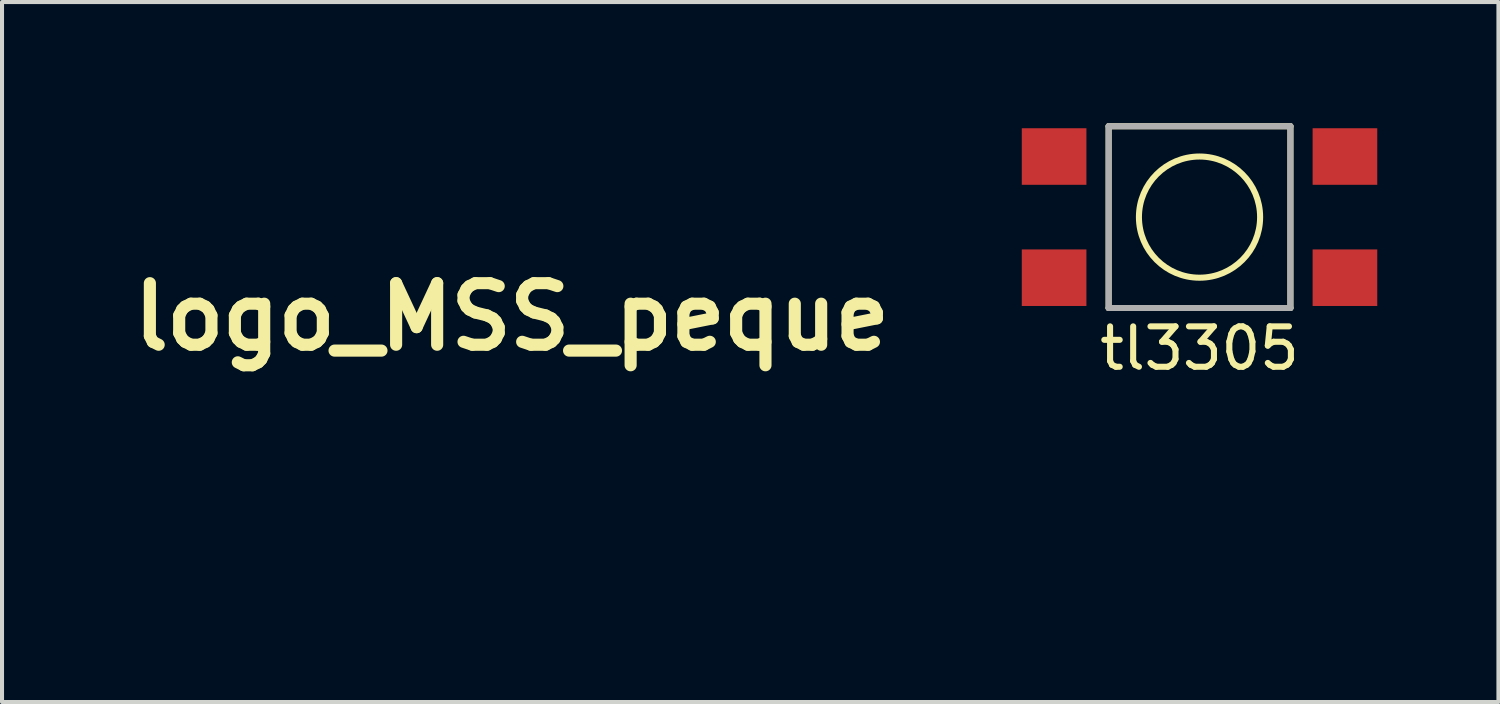
<source format=kicad_pcb>
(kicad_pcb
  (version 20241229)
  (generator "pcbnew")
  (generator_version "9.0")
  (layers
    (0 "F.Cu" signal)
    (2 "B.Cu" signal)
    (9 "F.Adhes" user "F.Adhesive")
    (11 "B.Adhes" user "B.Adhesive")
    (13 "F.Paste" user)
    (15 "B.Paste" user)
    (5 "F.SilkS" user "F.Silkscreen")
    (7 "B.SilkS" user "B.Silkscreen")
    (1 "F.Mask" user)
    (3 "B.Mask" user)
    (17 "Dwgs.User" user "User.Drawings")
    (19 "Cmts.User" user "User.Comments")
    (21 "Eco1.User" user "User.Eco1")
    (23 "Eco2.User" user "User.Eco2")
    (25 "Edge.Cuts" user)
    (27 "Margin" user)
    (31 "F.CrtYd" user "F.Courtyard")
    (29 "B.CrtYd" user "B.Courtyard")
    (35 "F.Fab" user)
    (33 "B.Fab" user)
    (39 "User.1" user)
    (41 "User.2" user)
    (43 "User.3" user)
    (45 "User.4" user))
  (footprint "tl3305"
    (layer "F.Cu")
    (at 26.646 2.325)
    (property "Reference" "tl3305" (at 0 3.25 0) (layer "F.SilkS") (effects (font (size 1 1) (thickness 0.15))))
    (attr through_hole)
    (fp_line (start -2.25 -2.25) (end 2.25 -2.25) (stroke (width 0.15) (type solid)) (layer "F.SilkS"))
    (fp_line (start -2.25 2.25) (end -2.25 -2.25) (stroke (width 0.15) (type solid)) (layer "F.SilkS"))
    (fp_line (start 2.25 -2.25) (end 2.25 2.25) (stroke (width 0.15) (type solid)) (layer "F.SilkS"))
    (fp_line (start 2.25 2.25) (end -2.25 2.25) (stroke (width 0.15) (type solid)) (layer "F.SilkS"))
    (fp_circle (center 0 0) (end 1.5 0) (stroke (width 0.15) (type solid)) (fill no) (layer "F.SilkS"))
    (fp_line (start -2.25 -2.25) (end 2.25 -2.25) (stroke (width 0.15) (type solid)) (layer "F.Fab"))
    (fp_line (start -2.25 2.25) (end -2.25 -2.25) (stroke (width 0.15) (type solid)) (layer "F.Fab"))
    (fp_line (start 2.25 -2.25) (end 2.25 2.25) (stroke (width 0.15) (type solid)) (layer "F.Fab"))
    (fp_line (start 2.25 2.25) (end -2.25 2.25) (stroke (width 0.15) (type solid)) (layer "F.Fab"))
    (pad "1" smd rect (at -3.6 1.5) (size 1.6 1.4) (layers "F.Cu" "F.Mask" "F.Paste"))
    (pad "1" smd rect (at 3.6 1.5) (size 1.6 1.4) (layers "F.Cu" "F.Mask" "F.Paste"))
    (pad "2" smd rect (at -3.6 -1.5) (size 1.6 1.4) (layers "F.Cu" "F.Mask" "F.Paste"))
    (pad "2" smd rect (at 3.6 -1.5) (size 1.6 1.4) (layers "F.Cu" "F.Mask" "F.Paste")))
  (footprint "logo_MSS_peque"
    (layer "F.Cu")
    (at 9.643 5.665)
    (property "Reference" "logo_MSS_peque" (at -0.02 -0.87 0) (layer "F.SilkS") (effects (font (size 1.524 1.524) (thickness 0.3))))
    (attr through_hole)
    (fp_circle (center 0 0) (end 5.59 0) (stroke (width 0.15) (type solid)) (fill no) (layer "F.Mask"))
    (fp_poly (pts (xy -0.537 -3.535) (xy -0.433 -3.514) (xy -0.391 -3.498) (xy -0.329 -3.461) (xy -0.248 -3.397) (xy -0.155 -3.314) (xy -0.059 -3.22) (xy 0.033 -3.123) (xy 0.113 -3.031) (xy 0.173 -2.953) (xy 0.205 -2.895) (xy 0.209 -2.879) (xy 0.226 -2.852) (xy 0.234 -2.851) (xy 0.258 -2.831) (xy 0.259 -2.821) (xy 0.27 -2.787) (xy 0.299 -2.721) (xy 0.339 -2.633) (xy 0.386 -2.536) (xy 0.433 -2.442) (xy 0.475 -2.362) (xy 0.505 -2.308) (xy 0.516 -2.292) (xy 0.535 -2.261) (xy 0.551 -2.218) (xy 0.574 -2.16) (xy 0.592 -2.129) (xy 0.621 -2.093) (xy 0.667 -2.036) (xy 0.68 -2.019) (xy 0.754 -1.953) (xy 0.825 -1.934) (xy 0.89 -1.963) (xy 0.931 -2.019) (xy 0.969 -2.09) (xy 1.003 -2.15) (xy 1.004 -2.153) (xy 1.032 -2.201) (xy 1.076 -2.276) (xy 1.119 -2.35) (xy 1.167 -2.424) (xy 1.21 -2.477) (xy 1.239 -2.496) (xy 1.272 -2.515) (xy 1.275 -2.531) (xy 1.298 -2.568) (xy 1.358 -2.604) (xy 1.439 -2.632) (xy 1.528 -2.647) (xy 1.555 -2.648) (xy 1.661 -2.633) (xy 1.77 -2.585) (xy 1.884 -2.503) (xy 2.008 -2.383) (xy 2.143 -2.223) (xy 2.293 -2.02) (xy 2.376 -1.899) (xy 2.439 -1.801) (xy 2.49 -1.708) (xy 2.524 -1.636) (xy 2.531 -1.613) (xy 2.548 -1.557) (xy 2.565 -1.531) (xy 2.567 -1.53) (xy 2.584 -1.509) (xy 2.607 -1.453) (xy 2.617 -1.422) (xy 2.647 -1.335) (xy 2.678 -1.253) (xy 2.684 -1.238) (xy 2.712 -1.168) (xy 2.746 -1.078) (xy 2.761 -1.035) (xy 2.795 -0.943) (xy 2.828 -0.856) (xy 2.841 -0.826) (xy 2.875 -0.744) (xy 2.912 -0.656) (xy 2.915 -0.648) (xy 2.946 -0.575) (xy 2.974 -0.516) (xy 2.978 -0.508) (xy 2.999 -0.458) (xy 3.003 -0.437) (xy 3.013 -0.399) (xy 3.038 -0.331) (xy 3.072 -0.249) (xy 3.109 -0.171) (xy 3.135 -0.121) (xy 3.161 -0.072) (xy 3.201 0.005) (xy 3.241 0.083) (xy 3.283 0.161) (xy 3.318 0.219) (xy 3.338 0.243) (xy 3.358 0.272) (xy 3.358 0.275) (xy 3.372 0.305) (xy 3.41 0.365) (xy 3.463 0.443) (xy 3.524 0.528) (xy 3.586 0.61) (xy 3.64 0.677) (xy 3.641 0.679) (xy 3.689 0.743) (xy 3.721 0.799) (xy 3.749 0.843) (xy 3.769 0.857) (xy 3.788 0.878) (xy 3.79 0.893) (xy 3.803 0.931) (xy 3.812 0.938) (xy 3.834 0.96) (xy 3.876 1.015) (xy 3.932 1.091) (xy 3.994 1.178) (xy 4.054 1.265) (xy 4.106 1.343) (xy 4.133 1.386) (xy 4.16 1.428) (xy 4.171 1.441) (xy 4.191 1.467) (xy 4.231 1.524) (xy 4.285 1.602) (xy 4.306 1.632) (xy 4.427 1.81) (xy 4.191 1.817) (xy 4.071 1.818) (xy 3.988 1.813) (xy 3.949 1.801) (xy 3.947 1.798) (xy 3.918 1.779) (xy 3.866 1.772) (xy 3.8 1.76) (xy 3.759 1.737) (xy 3.705 1.699) (xy 3.675 1.685) (xy 3.633 1.657) (xy 3.577 1.6) (xy 3.536 1.549) (xy 3.486 1.482) (xy 3.449 1.433) (xy 3.434 1.416) (xy 3.413 1.389) (xy 3.376 1.335) (xy 3.358 1.308) (xy 3.316 1.251) (xy 3.284 1.217) (xy 3.276 1.213) (xy 3.258 1.192) (xy 3.257 1.178) (xy 3.241 1.139) (xy 3.201 1.083) (xy 3.187 1.066) (xy 3.117 0.987) (xy 3.076 0.936) (xy 3.057 0.905) (xy 3.053 0.889) (xy 3.038 0.859) (xy 2.998 0.809) (xy 2.977 0.785) (xy 2.93 0.726) (xy 2.904 0.677) (xy 2.901 0.665) (xy 2.882 0.632) (xy 2.867 0.629) (xy 2.835 0.608) (xy 2.797 0.556) (xy 2.784 0.533) (xy 2.75 0.471) (xy 2.723 0.43) (xy 2.718 0.425) (xy 2.698 0.395) (xy 2.667 0.335) (xy 2.647 0.292) (xy 2.613 0.221) (xy 2.582 0.171) (xy 2.57 0.158) (xy 2.551 0.124) (xy 2.545 0.083) (xy 2.538 0.033) (xy 2.526 0.015) (xy 2.506 -0.012) (xy 2.471 -0.076) (xy 2.423 -0.168) (xy 2.369 -0.28) (xy 2.313 -0.403) (xy 2.306 -0.418) (xy 2.275 -0.481) (xy 2.247 -0.522) (xy 2.242 -0.526) (xy 2.221 -0.559) (xy 2.202 -0.616) (xy 2.185 -0.669) (xy 2.167 -0.692) (xy 2.167 -0.692) (xy 2.15 -0.714) (xy 2.123 -0.772) (xy 2.091 -0.854) (xy 2.09 -0.858) (xy 2.058 -0.942) (xy 2.029 -1.007) (xy 2.009 -1.037) (xy 2.009 -1.037) (xy 1.993 -1.07) (xy 1.987 -1.125) (xy 1.981 -1.178) (xy 1.968 -1.2) (xy 1.948 -1.222) (xy 1.919 -1.278) (xy 1.887 -1.354) (xy 1.859 -1.436) (xy 1.845 -1.486) (xy 1.827 -1.536) (xy 1.808 -1.556) (xy 1.788 -1.578) (xy 1.761 -1.633) (xy 1.743 -1.676) (xy 1.714 -1.75) (xy 1.689 -1.804) (xy 1.68 -1.819) (xy 1.639 -1.832) (xy 1.572 -1.818) (xy 1.496 -1.782) (xy 1.436 -1.739) (xy 1.26 -1.59) (xy 1.116 -1.474) (xy 1 -1.388) (xy 0.908 -1.328) (xy 0.836 -1.292) (xy 0.78 -1.277) (xy 0.766 -1.276) (xy 0.7 -1.297) (xy 0.621 -1.353) (xy 0.541 -1.434) (xy 0.471 -1.53) (xy 0.468 -1.537) (xy 0.433 -1.585) (xy 0.407 -1.607) (xy 0.406 -1.607) (xy 0.388 -1.627) (xy 0.386 -1.64) (xy 0.371 -1.679) (xy 0.333 -1.736) (xy 0.318 -1.755) (xy 0.219 -1.892) (xy 0.168 -1.994) (xy 0.144 -2.031) (xy 0.129 -2.038) (xy 0.104 -2.059) (xy 0.082 -2.102) (xy 0.055 -2.149) (xy 0.031 -2.165) (xy 0.007 -2.185) (xy 0.005 -2.194) (xy -0.01 -2.231) (xy -0.045 -2.276) (xy -0.09 -2.325) (xy -0.14 -2.38) (xy -0.197 -2.442) (xy -0.252 -2.505) (xy -0.289 -2.554) (xy -0.299 -2.575) (xy -0.315 -2.596) (xy -0.355 -2.584) (xy -0.413 -2.546) (xy -0.48 -2.487) (xy -0.549 -2.413) (xy -0.605 -2.34) (xy -0.646 -2.283) (xy -0.676 -2.246) (xy -0.681 -2.242) (xy -0.696 -2.223) (xy -0.73 -2.174) (xy -0.783 -2.094) (xy -0.858 -1.979) (xy -0.957 -1.827) (xy -1.075 -1.645) (xy -1.141 -1.541) (xy -1.183 -1.47) (xy -1.205 -1.429) (xy -1.23 -1.388) (xy -1.24 -1.378) (xy -1.261 -1.346) (xy -1.277 -1.305) (xy -1.285 -1.263) (xy -1.266 -1.253) (xy -1.223 -1.261) (xy -1.175 -1.268) (xy -1.086 -1.275) (xy -0.965 -1.282) (xy -0.821 -1.288) (xy -0.67 -1.294) (xy -0.498 -1.299) (xy -0.37 -1.301) (xy -0.276 -1.3) (xy -0.21 -1.295) (xy -0.163 -1.286) (xy -0.127 -1.274) (xy -0.111 -1.265) (xy -0.045 -1.211) (xy 0.028 -1.127) (xy 0.097 -1.026) (xy 0.153 -0.923) (xy 0.188 -0.833) (xy 0.193 -0.795) (xy 0.196 -0.705) (xy -0.702 -0.701) (xy -0.94 -0.699) (xy -1.132 -0.698) (xy -1.284 -0.696) (xy -1.4 -0.693) (xy -1.486 -0.689) (xy -1.546 -0.684) (xy -1.587 -0.677) (xy -1.612 -0.668) (xy -1.627 -0.657) (xy -1.633 -0.65) (xy -1.674 -0.596) (xy -1.719 -0.542) (xy -1.757 -0.49) (xy -1.773 -0.449) (xy -1.773 -0.449) (xy -1.792 -0.412) (xy -1.802 -0.407) (xy -1.821 -0.383) (xy -1.817 -0.372) (xy -1.786 -0.362) (xy -1.713 -0.356) (xy -1.609 -0.355) (xy -1.552 -0.356) (xy -1.468 -0.359) (xy -1.341 -0.362) (xy -1.179 -0.365) (xy -0.989 -0.369) (xy -0.779 -0.373) (xy -0.556 -0.377) (xy -0.359 -0.38) (xy 0.584 -0.394) (xy 0.704 -0.27) (xy 0.779 -0.187) (xy 0.853 -0.095) (xy 0.919 -0.005) (xy 0.968 0.072) (xy 0.994 0.125) (xy 0.996 0.136) (xy 0.974 0.159) (xy 0.917 0.185) (xy 0.88 0.197) (xy 0.831 0.208) (xy 0.767 0.214) (xy 0.68 0.218) (xy 0.565 0.218) (xy 0.415 0.215) (xy 0.223 0.208) (xy 0.11 0.204) (xy -0.161 0.196) (xy -0.415 0.193) (xy -0.644 0.195) (xy -0.843 0.201) (xy -1.006 0.213) (xy -1.126 0.229) (xy -1.15 0.234) (xy -1.202 0.262) (xy -1.279 0.325) (xy -1.375 0.417) (xy -1.485 0.532) (xy -1.544 0.599) (xy -1.658 0.73) (xy -2.195 0.73) (xy -2.732 0.73) (xy -2.909 0.927) (xy -2.994 1.023) (xy -3.078 1.116) (xy -3.146 1.194) (xy -3.172 1.224) (xy -3.285 1.349) (xy -3.405 1.471) (xy -3.522 1.582) (xy -3.63 1.675) (xy -3.719 1.743) (xy -3.774 1.775) (xy -3.834 1.796) (xy -3.903 1.81) (xy -3.994 1.818) (xy -4.118 1.822) (xy -4.213 1.822) (xy -4.541 1.822) (xy -4.541 1.746) (xy -4.534 1.693) (xy -4.516 1.67) (xy -4.516 1.67) (xy -4.492 1.65) (xy -4.49 1.636) (xy -4.473 1.596) (xy -4.433 1.548) (xy -4.361 1.476) (xy -4.303 1.412) (xy -4.268 1.365) (xy -4.262 1.35) (xy -4.245 1.323) (xy -4.204 1.279) (xy -4.198 1.274) (xy -4.155 1.229) (xy -4.135 1.196) (xy -4.135 1.194) (xy -4.119 1.166) (xy -4.077 1.113) (xy -4.021 1.049) (xy -3.963 0.984) (xy -3.921 0.935) (xy -3.906 0.913) (xy -3.89 0.889) (xy -3.849 0.848) (xy -3.843 0.842) (xy -3.8 0.799) (xy -3.779 0.771) (xy -3.779 0.77) (xy -3.764 0.743) (xy -3.735 0.709) (xy -3.634 0.602) (xy -3.559 0.515) (xy -3.513 0.454) (xy -3.5 0.427) (xy -3.484 0.401) (xy -3.479 0.4) (xy -3.455 0.381) (xy -3.411 0.331) (xy -3.358 0.261) (xy -3.305 0.191) (xy -3.263 0.14) (xy -3.239 0.121) (xy -3.221 0.101) (xy -3.22 0.093) (xy -3.205 0.055) (xy -3.169 0.002) (xy -3.163 -0.004) (xy -3.106 -0.076) (xy -3.055 -0.144) (xy -3 -0.218) (xy -2.932 -0.306) (xy -2.859 -0.396) (xy -2.79 -0.479) (xy -2.734 -0.543) (xy -2.7 -0.579) (xy -2.698 -0.581) (xy -2.667 -0.614) (xy -2.662 -0.628) (xy -2.646 -0.657) (xy -2.607 -0.708) (xy -2.585 -0.734) (xy -2.539 -0.792) (xy -2.512 -0.835) (xy -2.509 -0.845) (xy -2.489 -0.868) (xy -2.474 -0.87) (xy -2.437 -0.891) (xy -2.423 -0.914) (xy -2.399 -0.963) (xy -2.354 -1.033) (xy -2.301 -1.109) (xy -2.259 -1.164) (xy -2.23 -1.207) (xy -2.208 -1.244) (xy -2.17 -1.303) (xy -2.144 -1.333) (xy -2.111 -1.377) (xy -2.07 -1.445) (xy -2.054 -1.475) (xy -2.018 -1.538) (xy -1.986 -1.576) (xy -1.975 -1.581) (xy -1.955 -1.603) (xy -1.95 -1.633) (xy -1.933 -1.686) (xy -1.891 -1.744) (xy -1.887 -1.749) (xy -1.844 -1.801) (xy -1.824 -1.844) (xy -1.823 -1.847) (xy -1.807 -1.894) (xy -1.789 -1.917) (xy -1.754 -1.969) (xy -1.734 -2.014) (xy -1.713 -2.066) (xy -1.696 -2.089) (xy -1.674 -2.119) (xy -1.633 -2.187) (xy -1.578 -2.286) (xy -1.512 -2.41) (xy -1.439 -2.551) (xy -1.435 -2.559) (xy -1.393 -2.638) (xy -1.359 -2.698) (xy -1.341 -2.724) (xy -1.319 -2.753) (xy -1.285 -2.808) (xy -1.275 -2.826) (xy -1.241 -2.885) (xy -1.217 -2.923) (xy -1.214 -2.927) (xy -1.195 -2.953) (xy -1.155 -3.011) (xy -1.102 -3.089) (xy -1.079 -3.124) (xy -1.021 -3.207) (xy -0.973 -3.271) (xy -0.941 -3.305) (xy -0.935 -3.308) (xy -0.91 -3.329) (xy -0.896 -3.359) (xy -0.868 -3.4) (xy -0.844 -3.41) (xy -0.811 -3.425) (xy -0.807 -3.437) (xy -0.785 -3.486) (xy -0.725 -3.519) (xy -0.638 -3.536) (xy -0.537 -3.535)) (stroke (width 0.01) (type solid)) (fill yes) (layer "F.Mask")))
  (gr_rect
    (start -3 -3)
    (end 34.046 14.33)
    (stroke (width 0.1) (type default))
    (fill no)
    (layer "Edge.Cuts")))
</source>
